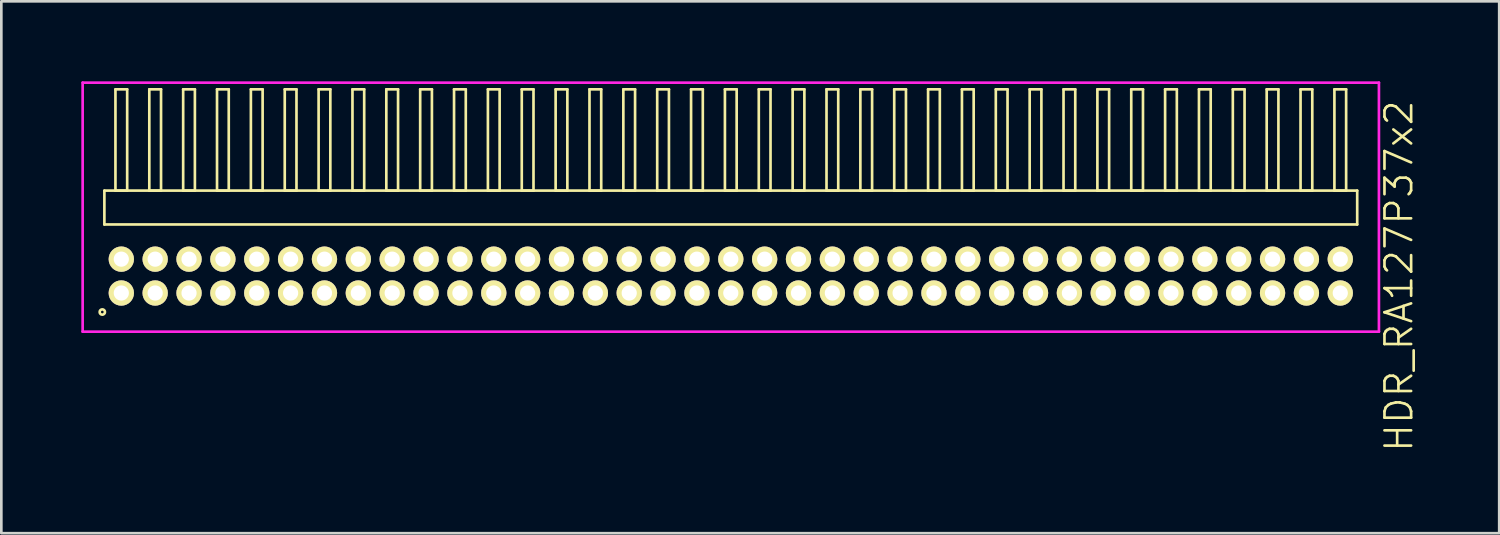
<source format=kicad_pcb>
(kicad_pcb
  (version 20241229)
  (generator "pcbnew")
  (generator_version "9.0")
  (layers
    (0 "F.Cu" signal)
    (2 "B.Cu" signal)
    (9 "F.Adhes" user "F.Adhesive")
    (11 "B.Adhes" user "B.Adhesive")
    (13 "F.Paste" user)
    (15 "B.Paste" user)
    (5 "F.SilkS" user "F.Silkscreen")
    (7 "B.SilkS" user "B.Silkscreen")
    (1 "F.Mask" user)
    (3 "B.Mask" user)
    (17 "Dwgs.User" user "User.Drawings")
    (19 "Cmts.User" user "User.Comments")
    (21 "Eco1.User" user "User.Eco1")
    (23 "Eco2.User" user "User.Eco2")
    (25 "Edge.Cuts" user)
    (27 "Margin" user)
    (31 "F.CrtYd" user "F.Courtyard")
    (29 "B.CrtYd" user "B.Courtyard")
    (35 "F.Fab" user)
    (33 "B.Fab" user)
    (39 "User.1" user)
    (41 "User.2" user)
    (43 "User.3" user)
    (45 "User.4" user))
  (footprint "HDR_RA127P37x2"
    (layer "F.Cu")
    (at 24.36 7.305)
    (property "Reference" "HDR_RA127P37x2" (at 25.06 0 90) (layer "F.SilkS") (effects (font (size 1 1) (thickness 0.1))))
    (attr through_hole)
    (fp_line (start -23.495 -3.205) (end -23.495 -1.935) (stroke (width 0.1) (type solid)) (layer "F.SilkS"))
    (fp_line (start -23.495 -1.935) (end 23.495 -1.935) (stroke (width 0.1) (type solid)) (layer "F.SilkS"))
    (fp_line (start -23.08 -7.005) (end -23.08 -3.205) (stroke (width 0.1) (type solid)) (layer "F.SilkS"))
    (fp_line (start -23.08 -3.205) (end -22.64 -3.205) (stroke (width 0.1) (type solid)) (layer "F.SilkS"))
    (fp_line (start -22.64 -7.005) (end -23.08 -7.005) (stroke (width 0.1) (type solid)) (layer "F.SilkS"))
    (fp_line (start -22.64 -3.205) (end -22.64 -7.005) (stroke (width 0.1) (type solid)) (layer "F.SilkS"))
    (fp_line (start -21.81 -7.005) (end -21.81 -3.205) (stroke (width 0.1) (type solid)) (layer "F.SilkS"))
    (fp_line (start -21.81 -3.205) (end -21.37 -3.205) (stroke (width 0.1) (type solid)) (layer "F.SilkS"))
    (fp_line (start -21.37 -7.005) (end -21.81 -7.005) (stroke (width 0.1) (type solid)) (layer "F.SilkS"))
    (fp_line (start -21.37 -3.205) (end -21.37 -7.005) (stroke (width 0.1) (type solid)) (layer "F.SilkS"))
    (fp_line (start -20.54 -7.005) (end -20.54 -3.205) (stroke (width 0.1) (type solid)) (layer "F.SilkS"))
    (fp_line (start -20.54 -3.205) (end -20.1 -3.205) (stroke (width 0.1) (type solid)) (layer "F.SilkS"))
    (fp_line (start -20.1 -7.005) (end -20.54 -7.005) (stroke (width 0.1) (type solid)) (layer "F.SilkS"))
    (fp_line (start -20.1 -3.205) (end -20.1 -7.005) (stroke (width 0.1) (type solid)) (layer "F.SilkS"))
    (fp_line (start -19.27 -7.005) (end -19.27 -3.205) (stroke (width 0.1) (type solid)) (layer "F.SilkS"))
    (fp_line (start -19.27 -3.205) (end -18.83 -3.205) (stroke (width 0.1) (type solid)) (layer "F.SilkS"))
    (fp_line (start -18.83 -7.005) (end -19.27 -7.005) (stroke (width 0.1) (type solid)) (layer "F.SilkS"))
    (fp_line (start -18.83 -3.205) (end -18.83 -7.005) (stroke (width 0.1) (type solid)) (layer "F.SilkS"))
    (fp_line (start -18 -7.005) (end -18 -3.205) (stroke (width 0.1) (type solid)) (layer "F.SilkS"))
    (fp_line (start -18 -3.205) (end -17.56 -3.205) (stroke (width 0.1) (type solid)) (layer "F.SilkS"))
    (fp_line (start -17.56 -7.005) (end -18 -7.005) (stroke (width 0.1) (type solid)) (layer "F.SilkS"))
    (fp_line (start -17.56 -3.205) (end -17.56 -7.005) (stroke (width 0.1) (type solid)) (layer "F.SilkS"))
    (fp_line (start -16.73 -7.005) (end -16.73 -3.205) (stroke (width 0.1) (type solid)) (layer "F.SilkS"))
    (fp_line (start -16.73 -3.205) (end -16.29 -3.205) (stroke (width 0.1) (type solid)) (layer "F.SilkS"))
    (fp_line (start -16.29 -7.005) (end -16.73 -7.005) (stroke (width 0.1) (type solid)) (layer "F.SilkS"))
    (fp_line (start -16.29 -3.205) (end -16.29 -7.005) (stroke (width 0.1) (type solid)) (layer "F.SilkS"))
    (fp_line (start -15.46 -7.005) (end -15.46 -3.205) (stroke (width 0.1) (type solid)) (layer "F.SilkS"))
    (fp_line (start -15.46 -3.205) (end -15.02 -3.205) (stroke (width 0.1) (type solid)) (layer "F.SilkS"))
    (fp_line (start -15.02 -7.005) (end -15.46 -7.005) (stroke (width 0.1) (type solid)) (layer "F.SilkS"))
    (fp_line (start -15.02 -3.205) (end -15.02 -7.005) (stroke (width 0.1) (type solid)) (layer "F.SilkS"))
    (fp_line (start -14.19 -7.005) (end -14.19 -3.205) (stroke (width 0.1) (type solid)) (layer "F.SilkS"))
    (fp_line (start -14.19 -3.205) (end -13.75 -3.205) (stroke (width 0.1) (type solid)) (layer "F.SilkS"))
    (fp_line (start -13.75 -7.005) (end -14.19 -7.005) (stroke (width 0.1) (type solid)) (layer "F.SilkS"))
    (fp_line (start -13.75 -3.205) (end -13.75 -7.005) (stroke (width 0.1) (type solid)) (layer "F.SilkS"))
    (fp_line (start -12.92 -7.005) (end -12.92 -3.205) (stroke (width 0.1) (type solid)) (layer "F.SilkS"))
    (fp_line (start -12.92 -3.205) (end -12.48 -3.205) (stroke (width 0.1) (type solid)) (layer "F.SilkS"))
    (fp_line (start -12.48 -7.005) (end -12.92 -7.005) (stroke (width 0.1) (type solid)) (layer "F.SilkS"))
    (fp_line (start -12.48 -3.205) (end -12.48 -7.005) (stroke (width 0.1) (type solid)) (layer "F.SilkS"))
    (fp_line (start -11.65 -7.005) (end -11.65 -3.205) (stroke (width 0.1) (type solid)) (layer "F.SilkS"))
    (fp_line (start -11.65 -3.205) (end -11.21 -3.205) (stroke (width 0.1) (type solid)) (layer "F.SilkS"))
    (fp_line (start -11.21 -7.005) (end -11.65 -7.005) (stroke (width 0.1) (type solid)) (layer "F.SilkS"))
    (fp_line (start -11.21 -3.205) (end -11.21 -7.005) (stroke (width 0.1) (type solid)) (layer "F.SilkS"))
    (fp_line (start -10.38 -7.005) (end -10.38 -3.205) (stroke (width 0.1) (type solid)) (layer "F.SilkS"))
    (fp_line (start -10.38 -3.205) (end -9.94 -3.205) (stroke (width 0.1) (type solid)) (layer "F.SilkS"))
    (fp_line (start -9.94 -7.005) (end -10.38 -7.005) (stroke (width 0.1) (type solid)) (layer "F.SilkS"))
    (fp_line (start -9.94 -3.205) (end -9.94 -7.005) (stroke (width 0.1) (type solid)) (layer "F.SilkS"))
    (fp_line (start -9.11 -7.005) (end -9.11 -3.205) (stroke (width 0.1) (type solid)) (layer "F.SilkS"))
    (fp_line (start -9.11 -3.205) (end -8.67 -3.205) (stroke (width 0.1) (type solid)) (layer "F.SilkS"))
    (fp_line (start -8.67 -7.005) (end -9.11 -7.005) (stroke (width 0.1) (type solid)) (layer "F.SilkS"))
    (fp_line (start -8.67 -3.205) (end -8.67 -7.005) (stroke (width 0.1) (type solid)) (layer "F.SilkS"))
    (fp_line (start -7.84 -7.005) (end -7.84 -3.205) (stroke (width 0.1) (type solid)) (layer "F.SilkS"))
    (fp_line (start -7.84 -3.205) (end -7.4 -3.205) (stroke (width 0.1) (type solid)) (layer "F.SilkS"))
    (fp_line (start -7.4 -7.005) (end -7.84 -7.005) (stroke (width 0.1) (type solid)) (layer "F.SilkS"))
    (fp_line (start -7.4 -3.205) (end -7.4 -7.005) (stroke (width 0.1) (type solid)) (layer "F.SilkS"))
    (fp_line (start -6.57 -7.005) (end -6.57 -3.205) (stroke (width 0.1) (type solid)) (layer "F.SilkS"))
    (fp_line (start -6.57 -3.205) (end -6.13 -3.205) (stroke (width 0.1) (type solid)) (layer "F.SilkS"))
    (fp_line (start -6.13 -7.005) (end -6.57 -7.005) (stroke (width 0.1) (type solid)) (layer "F.SilkS"))
    (fp_line (start -6.13 -3.205) (end -6.13 -7.005) (stroke (width 0.1) (type solid)) (layer "F.SilkS"))
    (fp_line (start -5.3 -7.005) (end -5.3 -3.205) (stroke (width 0.1) (type solid)) (layer "F.SilkS"))
    (fp_line (start -5.3 -3.205) (end -4.86 -3.205) (stroke (width 0.1) (type solid)) (layer "F.SilkS"))
    (fp_line (start -4.86 -7.005) (end -5.3 -7.005) (stroke (width 0.1) (type solid)) (layer "F.SilkS"))
    (fp_line (start -4.86 -3.205) (end -4.86 -7.005) (stroke (width 0.1) (type solid)) (layer "F.SilkS"))
    (fp_line (start -4.03 -7.005) (end -4.03 -3.205) (stroke (width 0.1) (type solid)) (layer "F.SilkS"))
    (fp_line (start -4.03 -3.205) (end -3.59 -3.205) (stroke (width 0.1) (type solid)) (layer "F.SilkS"))
    (fp_line (start -3.59 -7.005) (end -4.03 -7.005) (stroke (width 0.1) (type solid)) (layer "F.SilkS"))
    (fp_line (start -3.59 -3.205) (end -3.59 -7.005) (stroke (width 0.1) (type solid)) (layer "F.SilkS"))
    (fp_line (start -2.76 -7.005) (end -2.76 -3.205) (stroke (width 0.1) (type solid)) (layer "F.SilkS"))
    (fp_line (start -2.76 -3.205) (end -2.32 -3.205) (stroke (width 0.1) (type solid)) (layer "F.SilkS"))
    (fp_line (start -2.32 -7.005) (end -2.76 -7.005) (stroke (width 0.1) (type solid)) (layer "F.SilkS"))
    (fp_line (start -2.32 -3.205) (end -2.32 -7.005) (stroke (width 0.1) (type solid)) (layer "F.SilkS"))
    (fp_line (start -1.49 -7.005) (end -1.49 -3.205) (stroke (width 0.1) (type solid)) (layer "F.SilkS"))
    (fp_line (start -1.49 -3.205) (end -1.05 -3.205) (stroke (width 0.1) (type solid)) (layer "F.SilkS"))
    (fp_line (start -1.05 -7.005) (end -1.49 -7.005) (stroke (width 0.1) (type solid)) (layer "F.SilkS"))
    (fp_line (start -1.05 -3.205) (end -1.05 -7.005) (stroke (width 0.1) (type solid)) (layer "F.SilkS"))
    (fp_line (start -0.22 -7.005) (end -0.22 -3.205) (stroke (width 0.1) (type solid)) (layer "F.SilkS"))
    (fp_line (start -0.22 -3.205) (end 0.22 -3.205) (stroke (width 0.1) (type solid)) (layer "F.SilkS"))
    (fp_line (start 0.22 -7.005) (end -0.22 -7.005) (stroke (width 0.1) (type solid)) (layer "F.SilkS"))
    (fp_line (start 0.22 -3.205) (end 0.22 -7.005) (stroke (width 0.1) (type solid)) (layer "F.SilkS"))
    (fp_line (start 1.05 -7.005) (end 1.05 -3.205) (stroke (width 0.1) (type solid)) (layer "F.SilkS"))
    (fp_line (start 1.05 -3.205) (end 1.49 -3.205) (stroke (width 0.1) (type solid)) (layer "F.SilkS"))
    (fp_line (start 1.49 -7.005) (end 1.05 -7.005) (stroke (width 0.1) (type solid)) (layer "F.SilkS"))
    (fp_line (start 1.49 -3.205) (end 1.49 -7.005) (stroke (width 0.1) (type solid)) (layer "F.SilkS"))
    (fp_line (start 2.32 -7.005) (end 2.32 -3.205) (stroke (width 0.1) (type solid)) (layer "F.SilkS"))
    (fp_line (start 2.32 -3.205) (end 2.76 -3.205) (stroke (width 0.1) (type solid)) (layer "F.SilkS"))
    (fp_line (start 2.76 -7.005) (end 2.32 -7.005) (stroke (width 0.1) (type solid)) (layer "F.SilkS"))
    (fp_line (start 2.76 -3.205) (end 2.76 -7.005) (stroke (width 0.1) (type solid)) (layer "F.SilkS"))
    (fp_line (start 3.59 -7.005) (end 3.59 -3.205) (stroke (width 0.1) (type solid)) (layer "F.SilkS"))
    (fp_line (start 3.59 -3.205) (end 4.03 -3.205) (stroke (width 0.1) (type solid)) (layer "F.SilkS"))
    (fp_line (start 4.03 -7.005) (end 3.59 -7.005) (stroke (width 0.1) (type solid)) (layer "F.SilkS"))
    (fp_line (start 4.03 -3.205) (end 4.03 -7.005) (stroke (width 0.1) (type solid)) (layer "F.SilkS"))
    (fp_line (start 4.86 -7.005) (end 4.86 -3.205) (stroke (width 0.1) (type solid)) (layer "F.SilkS"))
    (fp_line (start 4.86 -3.205) (end 5.3 -3.205) (stroke (width 0.1) (type solid)) (layer "F.SilkS"))
    (fp_line (start 5.3 -7.005) (end 4.86 -7.005) (stroke (width 0.1) (type solid)) (layer "F.SilkS"))
    (fp_line (start 5.3 -3.205) (end 5.3 -7.005) (stroke (width 0.1) (type solid)) (layer "F.SilkS"))
    (fp_line (start 6.13 -7.005) (end 6.13 -3.205) (stroke (width 0.1) (type solid)) (layer "F.SilkS"))
    (fp_line (start 6.13 -3.205) (end 6.57 -3.205) (stroke (width 0.1) (type solid)) (layer "F.SilkS"))
    (fp_line (start 6.57 -7.005) (end 6.13 -7.005) (stroke (width 0.1) (type solid)) (layer "F.SilkS"))
    (fp_line (start 6.57 -3.205) (end 6.57 -7.005) (stroke (width 0.1) (type solid)) (layer "F.SilkS"))
    (fp_line (start 7.4 -7.005) (end 7.4 -3.205) (stroke (width 0.1) (type solid)) (layer "F.SilkS"))
    (fp_line (start 7.4 -3.205) (end 7.84 -3.205) (stroke (width 0.1) (type solid)) (layer "F.SilkS"))
    (fp_line (start 7.84 -7.005) (end 7.4 -7.005) (stroke (width 0.1) (type solid)) (layer "F.SilkS"))
    (fp_line (start 7.84 -3.205) (end 7.84 -7.005) (stroke (width 0.1) (type solid)) (layer "F.SilkS"))
    (fp_line (start 8.67 -7.005) (end 8.67 -3.205) (stroke (width 0.1) (type solid)) (layer "F.SilkS"))
    (fp_line (start 8.67 -3.205) (end 9.11 -3.205) (stroke (width 0.1) (type solid)) (layer "F.SilkS"))
    (fp_line (start 9.11 -7.005) (end 8.67 -7.005) (stroke (width 0.1) (type solid)) (layer "F.SilkS"))
    (fp_line (start 9.11 -3.205) (end 9.11 -7.005) (stroke (width 0.1) (type solid)) (layer "F.SilkS"))
    (fp_line (start 9.94 -7.005) (end 9.94 -3.205) (stroke (width 0.1) (type solid)) (layer "F.SilkS"))
    (fp_line (start 9.94 -3.205) (end 10.38 -3.205) (stroke (width 0.1) (type solid)) (layer "F.SilkS"))
    (fp_line (start 10.38 -7.005) (end 9.94 -7.005) (stroke (width 0.1) (type solid)) (layer "F.SilkS"))
    (fp_line (start 10.38 -3.205) (end 10.38 -7.005) (stroke (width 0.1) (type solid)) (layer "F.SilkS"))
    (fp_line (start 11.21 -7.005) (end 11.21 -3.205) (stroke (width 0.1) (type solid)) (layer "F.SilkS"))
    (fp_line (start 11.21 -3.205) (end 11.65 -3.205) (stroke (width 0.1) (type solid)) (layer "F.SilkS"))
    (fp_line (start 11.65 -7.005) (end 11.21 -7.005) (stroke (width 0.1) (type solid)) (layer "F.SilkS"))
    (fp_line (start 11.65 -3.205) (end 11.65 -7.005) (stroke (width 0.1) (type solid)) (layer "F.SilkS"))
    (fp_line (start 12.48 -7.005) (end 12.48 -3.205) (stroke (width 0.1) (type solid)) (layer "F.SilkS"))
    (fp_line (start 12.48 -3.205) (end 12.92 -3.205) (stroke (width 0.1) (type solid)) (layer "F.SilkS"))
    (fp_line (start 12.92 -7.005) (end 12.48 -7.005) (stroke (width 0.1) (type solid)) (layer "F.SilkS"))
    (fp_line (start 12.92 -3.205) (end 12.92 -7.005) (stroke (width 0.1) (type solid)) (layer "F.SilkS"))
    (fp_line (start 13.75 -7.005) (end 13.75 -3.205) (stroke (width 0.1) (type solid)) (layer "F.SilkS"))
    (fp_line (start 13.75 -3.205) (end 14.19 -3.205) (stroke (width 0.1) (type solid)) (layer "F.SilkS"))
    (fp_line (start 14.19 -7.005) (end 13.75 -7.005) (stroke (width 0.1) (type solid)) (layer "F.SilkS"))
    (fp_line (start 14.19 -3.205) (end 14.19 -7.005) (stroke (width 0.1) (type solid)) (layer "F.SilkS"))
    (fp_line (start 15.02 -7.005) (end 15.02 -3.205) (stroke (width 0.1) (type solid)) (layer "F.SilkS"))
    (fp_line (start 15.02 -3.205) (end 15.46 -3.205) (stroke (width 0.1) (type solid)) (layer "F.SilkS"))
    (fp_line (start 15.46 -7.005) (end 15.02 -7.005) (stroke (width 0.1) (type solid)) (layer "F.SilkS"))
    (fp_line (start 15.46 -3.205) (end 15.46 -7.005) (stroke (width 0.1) (type solid)) (layer "F.SilkS"))
    (fp_line (start 16.29 -7.005) (end 16.29 -3.205) (stroke (width 0.1) (type solid)) (layer "F.SilkS"))
    (fp_line (start 16.29 -3.205) (end 16.73 -3.205) (stroke (width 0.1) (type solid)) (layer "F.SilkS"))
    (fp_line (start 16.73 -7.005) (end 16.29 -7.005) (stroke (width 0.1) (type solid)) (layer "F.SilkS"))
    (fp_line (start 16.73 -3.205) (end 16.73 -7.005) (stroke (width 0.1) (type solid)) (layer "F.SilkS"))
    (fp_line (start 17.56 -7.005) (end 17.56 -3.205) (stroke (width 0.1) (type solid)) (layer "F.SilkS"))
    (fp_line (start 17.56 -3.205) (end 18 -3.205) (stroke (width 0.1) (type solid)) (layer "F.SilkS"))
    (fp_line (start 18 -7.005) (end 17.56 -7.005) (stroke (width 0.1) (type solid)) (layer "F.SilkS"))
    (fp_line (start 18 -3.205) (end 18 -7.005) (stroke (width 0.1) (type solid)) (layer "F.SilkS"))
    (fp_line (start 18.83 -7.005) (end 18.83 -3.205) (stroke (width 0.1) (type solid)) (layer "F.SilkS"))
    (fp_line (start 18.83 -3.205) (end 19.27 -3.205) (stroke (width 0.1) (type solid)) (layer "F.SilkS"))
    (fp_line (start 19.27 -7.005) (end 18.83 -7.005) (stroke (width 0.1) (type solid)) (layer "F.SilkS"))
    (fp_line (start 19.27 -3.205) (end 19.27 -7.005) (stroke (width 0.1) (type solid)) (layer "F.SilkS"))
    (fp_line (start 20.1 -7.005) (end 20.1 -3.205) (stroke (width 0.1) (type solid)) (layer "F.SilkS"))
    (fp_line (start 20.1 -3.205) (end 20.54 -3.205) (stroke (width 0.1) (type solid)) (layer "F.SilkS"))
    (fp_line (start 20.54 -7.005) (end 20.1 -7.005) (stroke (width 0.1) (type solid)) (layer "F.SilkS"))
    (fp_line (start 20.54 -3.205) (end 20.54 -7.005) (stroke (width 0.1) (type solid)) (layer "F.SilkS"))
    (fp_line (start 21.37 -7.005) (end 21.37 -3.205) (stroke (width 0.1) (type solid)) (layer "F.SilkS"))
    (fp_line (start 21.37 -3.205) (end 21.81 -3.205) (stroke (width 0.1) (type solid)) (layer "F.SilkS"))
    (fp_line (start 21.81 -7.005) (end 21.37 -7.005) (stroke (width 0.1) (type solid)) (layer "F.SilkS"))
    (fp_line (start 21.81 -3.205) (end 21.81 -7.005) (stroke (width 0.1) (type solid)) (layer "F.SilkS"))
    (fp_line (start 22.64 -7.005) (end 22.64 -3.205) (stroke (width 0.1) (type solid)) (layer "F.SilkS"))
    (fp_line (start 22.64 -3.205) (end 23.08 -3.205) (stroke (width 0.1) (type solid)) (layer "F.SilkS"))
    (fp_line (start 23.08 -7.005) (end 22.64 -7.005) (stroke (width 0.1) (type solid)) (layer "F.SilkS"))
    (fp_line (start 23.08 -3.205) (end 23.08 -7.005) (stroke (width 0.1) (type solid)) (layer "F.SilkS"))
    (fp_line (start 23.495 -3.205) (end -23.495 -3.205) (stroke (width 0.1) (type solid)) (layer "F.SilkS"))
    (fp_line (start 23.495 -1.935) (end 23.495 -3.205) (stroke (width 0.1) (type solid)) (layer "F.SilkS"))
    (fp_circle (center -23.573 1.348) (end -23.473 1.348) (stroke (width 0.1) (type solid)) (fill no) (layer "F.SilkS"))
    (fp_line (start -24.31 -7.255) (end -24.31 2.085) (stroke (width 0.1) (type solid)) (layer "F.CrtYd"))
    (fp_line (start -24.31 2.085) (end 24.31 2.085) (stroke (width 0.1) (type solid)) (layer "F.CrtYd"))
    (fp_line (start 24.31 -7.255) (end -24.31 -7.255) (stroke (width 0.1) (type solid)) (layer "F.CrtYd"))
    (fp_line (start 24.31 2.085) (end 24.31 -7.255) (stroke (width 0.1) (type solid)) (layer "F.CrtYd"))
    (pad "1" thru_hole oval (at -22.86 0.635) (size 0.95 0.95) (drill 0.57) (layers "*.Cu" "*.Mask" "F.SilkS"))
    (pad "2" thru_hole oval (at -22.86 -0.635) (size 0.95 0.95) (drill 0.57) (layers "*.Cu" "*.Mask" "F.SilkS"))
    (pad "3" thru_hole oval (at -21.59 0.635) (size 0.95 0.95) (drill 0.57) (layers "*.Cu" "*.Mask" "F.SilkS"))
    (pad "4" thru_hole oval (at -21.59 -0.635) (size 0.95 0.95) (drill 0.57) (layers "*.Cu" "*.Mask" "F.SilkS"))
    (pad "5" thru_hole oval (at -20.32 0.635) (size 0.95 0.95) (drill 0.57) (layers "*.Cu" "*.Mask" "F.SilkS"))
    (pad "6" thru_hole oval (at -20.32 -0.635) (size 0.95 0.95) (drill 0.57) (layers "*.Cu" "*.Mask" "F.SilkS"))
    (pad "7" thru_hole oval (at -19.05 0.635) (size 0.95 0.95) (drill 0.57) (layers "*.Cu" "*.Mask" "F.SilkS"))
    (pad "8" thru_hole oval (at -19.05 -0.635) (size 0.95 0.95) (drill 0.57) (layers "*.Cu" "*.Mask" "F.SilkS"))
    (pad "9" thru_hole oval (at -17.78 0.635) (size 0.95 0.95) (drill 0.57) (layers "*.Cu" "*.Mask" "F.SilkS"))
    (pad "10" thru_hole oval (at -17.78 -0.635) (size 0.95 0.95) (drill 0.57) (layers "*.Cu" "*.Mask" "F.SilkS"))
    (pad "11" thru_hole oval (at -16.51 0.635) (size 0.95 0.95) (drill 0.57) (layers "*.Cu" "*.Mask" "F.SilkS"))
    (pad "12" thru_hole oval (at -16.51 -0.635) (size 0.95 0.95) (drill 0.57) (layers "*.Cu" "*.Mask" "F.SilkS"))
    (pad "13" thru_hole oval (at -15.24 0.635) (size 0.95 0.95) (drill 0.57) (layers "*.Cu" "*.Mask" "F.SilkS"))
    (pad "14" thru_hole oval (at -15.24 -0.635) (size 0.95 0.95) (drill 0.57) (layers "*.Cu" "*.Mask" "F.SilkS"))
    (pad "15" thru_hole oval (at -13.97 0.635) (size 0.95 0.95) (drill 0.57) (layers "*.Cu" "*.Mask" "F.SilkS"))
    (pad "16" thru_hole oval (at -13.97 -0.635) (size 0.95 0.95) (drill 0.57) (layers "*.Cu" "*.Mask" "F.SilkS"))
    (pad "17" thru_hole oval (at -12.7 0.635) (size 0.95 0.95) (drill 0.57) (layers "*.Cu" "*.Mask" "F.SilkS"))
    (pad "18" thru_hole oval (at -12.7 -0.635) (size 0.95 0.95) (drill 0.57) (layers "*.Cu" "*.Mask" "F.SilkS"))
    (pad "19" thru_hole oval (at -11.43 0.635) (size 0.95 0.95) (drill 0.57) (layers "*.Cu" "*.Mask" "F.SilkS"))
    (pad "20" thru_hole oval (at -11.43 -0.635) (size 0.95 0.95) (drill 0.57) (layers "*.Cu" "*.Mask" "F.SilkS"))
    (pad "21" thru_hole oval (at -10.16 0.635) (size 0.95 0.95) (drill 0.57) (layers "*.Cu" "*.Mask" "F.SilkS"))
    (pad "22" thru_hole oval (at -10.16 -0.635) (size 0.95 0.95) (drill 0.57) (layers "*.Cu" "*.Mask" "F.SilkS"))
    (pad "23" thru_hole oval (at -8.89 0.635) (size 0.95 0.95) (drill 0.57) (layers "*.Cu" "*.Mask" "F.SilkS"))
    (pad "24" thru_hole oval (at -8.89 -0.635) (size 0.95 0.95) (drill 0.57) (layers "*.Cu" "*.Mask" "F.SilkS"))
    (pad "25" thru_hole oval (at -7.62 0.635) (size 0.95 0.95) (drill 0.57) (layers "*.Cu" "*.Mask" "F.SilkS"))
    (pad "26" thru_hole oval (at -7.62 -0.635) (size 0.95 0.95) (drill 0.57) (layers "*.Cu" "*.Mask" "F.SilkS"))
    (pad "27" thru_hole oval (at -6.35 0.635) (size 0.95 0.95) (drill 0.57) (layers "*.Cu" "*.Mask" "F.SilkS"))
    (pad "28" thru_hole oval (at -6.35 -0.635) (size 0.95 0.95) (drill 0.57) (layers "*.Cu" "*.Mask" "F.SilkS"))
    (pad "29" thru_hole oval (at -5.08 0.635) (size 0.95 0.95) (drill 0.57) (layers "*.Cu" "*.Mask" "F.SilkS"))
    (pad "30" thru_hole oval (at -5.08 -0.635) (size 0.95 0.95) (drill 0.57) (layers "*.Cu" "*.Mask" "F.SilkS"))
    (pad "31" thru_hole oval (at -3.81 0.635) (size 0.95 0.95) (drill 0.57) (layers "*.Cu" "*.Mask" "F.SilkS"))
    (pad "32" thru_hole oval (at -3.81 -0.635) (size 0.95 0.95) (drill 0.57) (layers "*.Cu" "*.Mask" "F.SilkS"))
    (pad "33" thru_hole oval (at -2.54 0.635) (size 0.95 0.95) (drill 0.57) (layers "*.Cu" "*.Mask" "F.SilkS"))
    (pad "34" thru_hole oval (at -2.54 -0.635) (size 0.95 0.95) (drill 0.57) (layers "*.Cu" "*.Mask" "F.SilkS"))
    (pad "35" thru_hole oval (at -1.27 0.635) (size 0.95 0.95) (drill 0.57) (layers "*.Cu" "*.Mask" "F.SilkS"))
    (pad "36" thru_hole oval (at -1.27 -0.635) (size 0.95 0.95) (drill 0.57) (layers "*.Cu" "*.Mask" "F.SilkS"))
    (pad "37" thru_hole oval (at 0 0.635) (size 0.95 0.95) (drill 0.57) (layers "*.Cu" "*.Mask" "F.SilkS"))
    (pad "38" thru_hole oval (at 0 -0.635) (size 0.95 0.95) (drill 0.57) (layers "*.Cu" "*.Mask" "F.SilkS"))
    (pad "39" thru_hole oval (at 1.27 0.635) (size 0.95 0.95) (drill 0.57) (layers "*.Cu" "*.Mask" "F.SilkS"))
    (pad "40" thru_hole oval (at 1.27 -0.635) (size 0.95 0.95) (drill 0.57) (layers "*.Cu" "*.Mask" "F.SilkS"))
    (pad "41" thru_hole oval (at 2.54 0.635) (size 0.95 0.95) (drill 0.57) (layers "*.Cu" "*.Mask" "F.SilkS"))
    (pad "42" thru_hole oval (at 2.54 -0.635) (size 0.95 0.95) (drill 0.57) (layers "*.Cu" "*.Mask" "F.SilkS"))
    (pad "43" thru_hole oval (at 3.81 0.635) (size 0.95 0.95) (drill 0.57) (layers "*.Cu" "*.Mask" "F.SilkS"))
    (pad "44" thru_hole oval (at 3.81 -0.635) (size 0.95 0.95) (drill 0.57) (layers "*.Cu" "*.Mask" "F.SilkS"))
    (pad "45" thru_hole oval (at 5.08 0.635) (size 0.95 0.95) (drill 0.57) (layers "*.Cu" "*.Mask" "F.SilkS"))
    (pad "46" thru_hole oval (at 5.08 -0.635) (size 0.95 0.95) (drill 0.57) (layers "*.Cu" "*.Mask" "F.SilkS"))
    (pad "47" thru_hole oval (at 6.35 0.635) (size 0.95 0.95) (drill 0.57) (layers "*.Cu" "*.Mask" "F.SilkS"))
    (pad "48" thru_hole oval (at 6.35 -0.635) (size 0.95 0.95) (drill 0.57) (layers "*.Cu" "*.Mask" "F.SilkS"))
    (pad "49" thru_hole oval (at 7.62 0.635) (size 0.95 0.95) (drill 0.57) (layers "*.Cu" "*.Mask" "F.SilkS"))
    (pad "50" thru_hole oval (at 7.62 -0.635) (size 0.95 0.95) (drill 0.57) (layers "*.Cu" "*.Mask" "F.SilkS"))
    (pad "51" thru_hole oval (at 8.89 0.635) (size 0.95 0.95) (drill 0.57) (layers "*.Cu" "*.Mask" "F.SilkS"))
    (pad "52" thru_hole oval (at 8.89 -0.635) (size 0.95 0.95) (drill 0.57) (layers "*.Cu" "*.Mask" "F.SilkS"))
    (pad "53" thru_hole oval (at 10.16 0.635) (size 0.95 0.95) (drill 0.57) (layers "*.Cu" "*.Mask" "F.SilkS"))
    (pad "54" thru_hole oval (at 10.16 -0.635) (size 0.95 0.95) (drill 0.57) (layers "*.Cu" "*.Mask" "F.SilkS"))
    (pad "55" thru_hole oval (at 11.43 0.635) (size 0.95 0.95) (drill 0.57) (layers "*.Cu" "*.Mask" "F.SilkS"))
    (pad "56" thru_hole oval (at 11.43 -0.635) (size 0.95 0.95) (drill 0.57) (layers "*.Cu" "*.Mask" "F.SilkS"))
    (pad "57" thru_hole oval (at 12.7 0.635) (size 0.95 0.95) (drill 0.57) (layers "*.Cu" "*.Mask" "F.SilkS"))
    (pad "58" thru_hole oval (at 12.7 -0.635) (size 0.95 0.95) (drill 0.57) (layers "*.Cu" "*.Mask" "F.SilkS"))
    (pad "59" thru_hole oval (at 13.97 0.635) (size 0.95 0.95) (drill 0.57) (layers "*.Cu" "*.Mask" "F.SilkS"))
    (pad "60" thru_hole oval (at 13.97 -0.635) (size 0.95 0.95) (drill 0.57) (layers "*.Cu" "*.Mask" "F.SilkS"))
    (pad "61" thru_hole oval (at 15.24 0.635) (size 0.95 0.95) (drill 0.57) (layers "*.Cu" "*.Mask" "F.SilkS"))
    (pad "62" thru_hole oval (at 15.24 -0.635) (size 0.95 0.95) (drill 0.57) (layers "*.Cu" "*.Mask" "F.SilkS"))
    (pad "63" thru_hole oval (at 16.51 0.635) (size 0.95 0.95) (drill 0.57) (layers "*.Cu" "*.Mask" "F.SilkS"))
    (pad "64" thru_hole oval (at 16.51 -0.635) (size 0.95 0.95) (drill 0.57) (layers "*.Cu" "*.Mask" "F.SilkS"))
    (pad "65" thru_hole oval (at 17.78 0.635) (size 0.95 0.95) (drill 0.57) (layers "*.Cu" "*.Mask" "F.SilkS"))
    (pad "66" thru_hole oval (at 17.78 -0.635) (size 0.95 0.95) (drill 0.57) (layers "*.Cu" "*.Mask" "F.SilkS"))
    (pad "67" thru_hole oval (at 19.05 0.635) (size 0.95 0.95) (drill 0.57) (layers "*.Cu" "*.Mask" "F.SilkS"))
    (pad "68" thru_hole oval (at 19.05 -0.635) (size 0.95 0.95) (drill 0.57) (layers "*.Cu" "*.Mask" "F.SilkS"))
    (pad "69" thru_hole oval (at 20.32 0.635) (size 0.95 0.95) (drill 0.57) (layers "*.Cu" "*.Mask" "F.SilkS"))
    (pad "70" thru_hole oval (at 20.32 -0.635) (size 0.95 0.95) (drill 0.57) (layers "*.Cu" "*.Mask" "F.SilkS"))
    (pad "71" thru_hole oval (at 21.59 0.635) (size 0.95 0.95) (drill 0.57) (layers "*.Cu" "*.Mask" "F.SilkS"))
    (pad "72" thru_hole oval (at 21.59 -0.635) (size 0.95 0.95) (drill 0.57) (layers "*.Cu" "*.Mask" "F.SilkS"))
    (pad "73" thru_hole oval (at 22.86 0.635) (size 0.95 0.95) (drill 0.57) (layers "*.Cu" "*.Mask" "F.SilkS"))
    (pad "74" thru_hole oval (at 22.86 -0.635) (size 0.95 0.95) (drill 0.57) (layers "*.Cu" "*.Mask" "F.SilkS")))
  (gr_rect
    (start -3 -3)
    (end 53.181 16.95)
    (stroke (width 0.1) (type default))
    (fill no)
    (layer "Edge.Cuts")))
</source>
